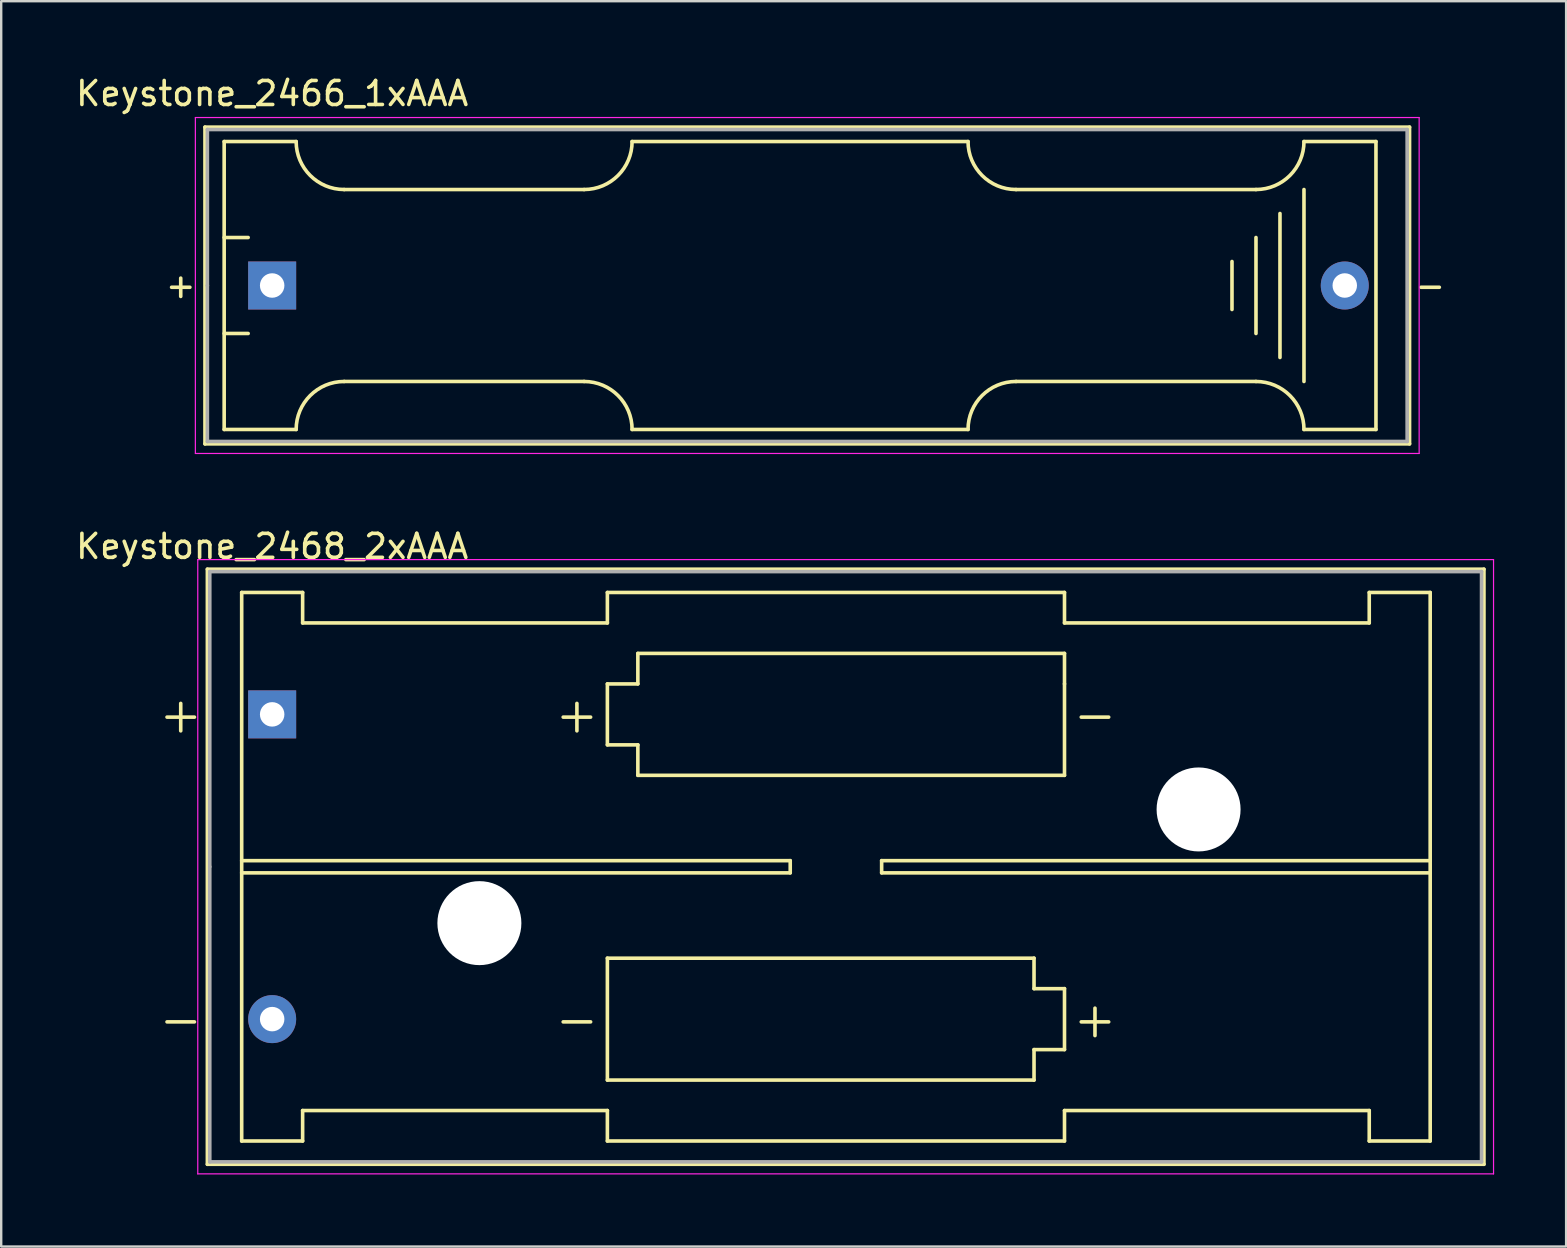
<source format=kicad_pcb>
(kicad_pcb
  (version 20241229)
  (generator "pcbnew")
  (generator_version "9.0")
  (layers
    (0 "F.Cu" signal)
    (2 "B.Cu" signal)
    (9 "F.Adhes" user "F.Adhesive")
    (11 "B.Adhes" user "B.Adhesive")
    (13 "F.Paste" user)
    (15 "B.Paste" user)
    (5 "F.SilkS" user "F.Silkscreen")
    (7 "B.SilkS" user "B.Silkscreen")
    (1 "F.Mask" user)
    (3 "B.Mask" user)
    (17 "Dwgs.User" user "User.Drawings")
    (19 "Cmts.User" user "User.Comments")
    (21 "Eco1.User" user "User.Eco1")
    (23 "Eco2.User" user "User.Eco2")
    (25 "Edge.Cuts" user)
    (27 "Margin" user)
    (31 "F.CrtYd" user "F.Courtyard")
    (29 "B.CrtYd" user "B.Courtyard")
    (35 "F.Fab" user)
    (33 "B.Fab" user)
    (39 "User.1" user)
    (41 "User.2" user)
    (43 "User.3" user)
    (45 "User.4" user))
  (footprint "Keystone_2468_2xAAA"
    (layer "F.Cu")
    (at 8.292 26.721)
    (property "Reference" "Keystone_2468_2xAAA" (at 0 -7 180) (layer "F.SilkS") (effects (font (size 1 1) (thickness 0.15))))
    (attr through_hole)
    (fp_line (start -2.7 -6.05) (end -2.7 18.75) (stroke (width 0.15) (type solid)) (layer "F.SilkS"))
    (fp_line (start -2.7 18.75) (end 50.5 18.75) (stroke (width 0.15) (type solid)) (layer "F.SilkS"))
    (fp_line (start -1.27 -5.08) (end -1.27 17.78) (stroke (width 0.15) (type solid)) (layer "F.SilkS"))
    (fp_line (start -1.27 6.096) (end 21.59 6.096) (stroke (width 0.15) (type solid)) (layer "F.SilkS"))
    (fp_line (start -1.27 17.78) (end 1.27 17.78) (stroke (width 0.15) (type solid)) (layer "F.SilkS"))
    (fp_line (start 1.27 -5.08) (end -1.27 -5.08) (stroke (width 0.15) (type solid)) (layer "F.SilkS"))
    (fp_line (start 1.27 -3.81) (end 1.27 -5.08) (stroke (width 0.15) (type solid)) (layer "F.SilkS"))
    (fp_line (start 1.27 -3.81) (end 13.97 -3.81) (stroke (width 0.15) (type solid)) (layer "F.SilkS"))
    (fp_line (start 1.27 16.51) (end 13.97 16.51) (stroke (width 0.15) (type solid)) (layer "F.SilkS"))
    (fp_line (start 1.27 17.78) (end 1.27 16.51) (stroke (width 0.15) (type solid)) (layer "F.SilkS"))
    (fp_line (start 13.97 -5.08) (end 13.97 -3.81) (stroke (width 0.15) (type solid)) (layer "F.SilkS"))
    (fp_line (start 13.97 -1.27) (end 15.24 -1.27) (stroke (width 0.15) (type solid)) (layer "F.SilkS"))
    (fp_line (start 13.97 1.27) (end 13.97 -1.27) (stroke (width 0.15) (type solid)) (layer "F.SilkS"))
    (fp_line (start 13.97 10.16) (end 31.75 10.16) (stroke (width 0.15) (type solid)) (layer "F.SilkS"))
    (fp_line (start 13.97 15.24) (end 13.97 10.16) (stroke (width 0.15) (type solid)) (layer "F.SilkS"))
    (fp_line (start 13.97 16.51) (end 13.97 17.78) (stroke (width 0.15) (type solid)) (layer "F.SilkS"))
    (fp_line (start 13.97 17.78) (end 33.02 17.78) (stroke (width 0.15) (type solid)) (layer "F.SilkS"))
    (fp_line (start 15.24 -2.54) (end 33.02 -2.54) (stroke (width 0.15) (type solid)) (layer "F.SilkS"))
    (fp_line (start 15.24 -1.27) (end 15.24 -2.54) (stroke (width 0.15) (type solid)) (layer "F.SilkS"))
    (fp_line (start 15.24 1.27) (end 13.97 1.27) (stroke (width 0.15) (type solid)) (layer "F.SilkS"))
    (fp_line (start 15.24 2.54) (end 15.24 1.27) (stroke (width 0.15) (type solid)) (layer "F.SilkS"))
    (fp_line (start 21.59 6.096) (end 21.59 6.604) (stroke (width 0.15) (type solid)) (layer "F.SilkS"))
    (fp_line (start 21.59 6.604) (end -1.27 6.604) (stroke (width 0.15) (type solid)) (layer "F.SilkS"))
    (fp_line (start 25.4 6.096) (end 25.4 6.604) (stroke (width 0.15) (type solid)) (layer "F.SilkS"))
    (fp_line (start 25.4 6.604) (end 48.26 6.604) (stroke (width 0.15) (type solid)) (layer "F.SilkS"))
    (fp_line (start 31.75 10.16) (end 31.75 11.43) (stroke (width 0.15) (type solid)) (layer "F.SilkS"))
    (fp_line (start 31.75 11.43) (end 33.02 11.43) (stroke (width 0.15) (type solid)) (layer "F.SilkS"))
    (fp_line (start 31.75 13.97) (end 31.75 15.24) (stroke (width 0.15) (type solid)) (layer "F.SilkS"))
    (fp_line (start 31.75 15.24) (end 13.97 15.24) (stroke (width 0.15) (type solid)) (layer "F.SilkS"))
    (fp_line (start 33.02 -5.08) (end 13.97 -5.08) (stroke (width 0.15) (type solid)) (layer "F.SilkS"))
    (fp_line (start 33.02 -3.81) (end 33.02 -5.08) (stroke (width 0.15) (type solid)) (layer "F.SilkS"))
    (fp_line (start 33.02 -2.54) (end 33.02 -1.27) (stroke (width 0.15) (type solid)) (layer "F.SilkS"))
    (fp_line (start 33.02 -1.27) (end 33.02 2.54) (stroke (width 0.15) (type solid)) (layer "F.SilkS"))
    (fp_line (start 33.02 2.54) (end 15.24 2.54) (stroke (width 0.15) (type solid)) (layer "F.SilkS"))
    (fp_line (start 33.02 11.43) (end 33.02 13.97) (stroke (width 0.15) (type solid)) (layer "F.SilkS"))
    (fp_line (start 33.02 13.97) (end 31.75 13.97) (stroke (width 0.15) (type solid)) (layer "F.SilkS"))
    (fp_line (start 33.02 17.78) (end 33.02 16.51) (stroke (width 0.15) (type solid)) (layer "F.SilkS"))
    (fp_line (start 45.72 -5.08) (end 45.72 -3.81) (stroke (width 0.15) (type solid)) (layer "F.SilkS"))
    (fp_line (start 45.72 -3.81) (end 33.02 -3.81) (stroke (width 0.15) (type solid)) (layer "F.SilkS"))
    (fp_line (start 45.72 16.51) (end 33.02 16.51) (stroke (width 0.15) (type solid)) (layer "F.SilkS"))
    (fp_line (start 45.72 17.78) (end 45.72 16.51) (stroke (width 0.15) (type solid)) (layer "F.SilkS"))
    (fp_line (start 48.26 -5.08) (end 45.72 -5.08) (stroke (width 0.15) (type solid)) (layer "F.SilkS"))
    (fp_line (start 48.26 -5.08) (end 48.26 17.78) (stroke (width 0.15) (type solid)) (layer "F.SilkS"))
    (fp_line (start 48.26 6.096) (end 25.4 6.096) (stroke (width 0.15) (type solid)) (layer "F.SilkS"))
    (fp_line (start 48.26 17.78) (end 45.72 17.78) (stroke (width 0.15) (type solid)) (layer "F.SilkS"))
    (fp_line (start 50.5 -6.05) (end -2.7 -6.05) (stroke (width 0.15) (type solid)) (layer "F.SilkS"))
    (fp_line (start 50.5 18.75) (end 50.5 -6.05) (stroke (width 0.15) (type solid)) (layer "F.SilkS"))
    (fp_line (start -3.1 -6.45) (end -3.1 19.15) (stroke (width 0.05) (type solid)) (layer "F.CrtYd"))
    (fp_line (start -3.1 19.15) (end 50.9 19.15) (stroke (width 0.05) (type solid)) (layer "F.CrtYd"))
    (fp_line (start 50.9 -6.45) (end -3.1 -6.45) (stroke (width 0.05) (type solid)) (layer "F.CrtYd"))
    (fp_line (start 50.9 19.15) (end 50.9 -6.45) (stroke (width 0.05) (type solid)) (layer "F.CrtYd"))
    (fp_line (start -2.6 -5.95) (end 50.4 -5.95) (stroke (width 0.15) (type solid)) (layer "F.Fab"))
    (fp_line (start -2.6 6.35) (end -2.6 -5.95) (stroke (width 0.15) (type solid)) (layer "F.Fab"))
    (fp_line (start -2.6 18.65) (end -2.6 6.35) (stroke (width 0.15) (type solid)) (layer "F.Fab"))
    (fp_line (start -2.6 18.65) (end 50.4 18.65) (stroke (width 0.15) (type solid)) (layer "F.Fab"))
    (fp_line (start 50.4 18.65) (end 50.4 -5.95) (stroke (width 0.15) (type solid)) (layer "F.Fab"))
    (fp_text user "+" (at -3.81 0 0) (layer "F.SilkS") (effects (font (size 1.5 1.5) (thickness 0.15))))
    (fp_text user "+" (at 12.7 0 0) (layer "F.SilkS") (effects (font (size 1.5 1.5) (thickness 0.15))))
    (fp_text user "-" (at 34.29 0 0) (layer "F.SilkS") (effects (font (size 1.5 1.5) (thickness 0.15))))
    (fp_text user "-" (at -3.81 12.7 0) (layer "F.SilkS") (effects (font (size 1.5 1.5) (thickness 0.15))))
    (fp_text user "+" (at 34.29 12.7 0) (layer "F.SilkS") (effects (font (size 1.5 1.5) (thickness 0.15))))
    (fp_text user "-" (at 12.7 12.7 0) (layer "F.SilkS") (effects (font (size 1.5 1.5) (thickness 0.15))))
    (pad "" np_thru_hole circle (at 8.636 8.7) (size 3.5 3.5) (drill 3.5) (layers "*.Cu" "*.Mask"))
    (pad "" np_thru_hole circle (at 38.608 3.962) (size 3.5 3.5) (drill 3.5) (layers "*.Cu" "*.Mask"))
    (pad "1" thru_hole rect (at 0 0) (size 2 2) (drill 1.02) (layers "*.Cu" "*.Mask"))
    (pad "2" thru_hole circle (at 0 12.7) (size 2 2) (drill 1.02) (layers "*.Cu" "*.Mask")))
  (footprint "Keystone_2466_1xAAA"
    (layer "F.Cu")
    (at 8.292 8.848)
    (property "Reference" "Keystone_2466_1xAAA" (at 0 -8 180) (layer "F.SilkS") (effects (font (size 1 1) (thickness 0.15))))
    (attr through_hole)
    (fp_line (start -2.8 -6.6) (end -2.8 6.6) (stroke (width 0.15) (type solid)) (layer "F.SilkS"))
    (fp_line (start -2.8 6.6) (end 47.4 6.6) (stroke (width 0.15) (type solid)) (layer "F.SilkS"))
    (fp_line (start -2 -6) (end -2 6) (stroke (width 0.15) (type solid)) (layer "F.SilkS"))
    (fp_line (start -2 -6) (end 1 -6) (stroke (width 0.15) (type solid)) (layer "F.SilkS"))
    (fp_line (start -2 -2) (end -1 -2) (stroke (width 0.15) (type solid)) (layer "F.SilkS"))
    (fp_line (start -2 6) (end 1 6) (stroke (width 0.15) (type solid)) (layer "F.SilkS"))
    (fp_line (start -1 2) (end -2 2) (stroke (width 0.15) (type solid)) (layer "F.SilkS"))
    (fp_line (start 3 -4) (end 13 -4) (stroke (width 0.15) (type solid)) (layer "F.SilkS"))
    (fp_line (start 3 4) (end 13 4) (stroke (width 0.15) (type solid)) (layer "F.SilkS"))
    (fp_line (start 15 6) (end 29 6) (stroke (width 0.15) (type solid)) (layer "F.SilkS"))
    (fp_line (start 29 -6) (end 15 -6) (stroke (width 0.15) (type solid)) (layer "F.SilkS"))
    (fp_line (start 40 -1) (end 40 1) (stroke (width 0.15) (type solid)) (layer "F.SilkS"))
    (fp_line (start 41 -4) (end 31 -4) (stroke (width 0.15) (type solid)) (layer "F.SilkS"))
    (fp_line (start 41 -2) (end 41 2) (stroke (width 0.15) (type solid)) (layer "F.SilkS"))
    (fp_line (start 41 4) (end 31 4) (stroke (width 0.15) (type solid)) (layer "F.SilkS"))
    (fp_line (start 42 3) (end 42 -3) (stroke (width 0.15) (type solid)) (layer "F.SilkS"))
    (fp_line (start 43 -4) (end 43 4) (stroke (width 0.15) (type solid)) (layer "F.SilkS"))
    (fp_line (start 46 -6) (end 43 -6) (stroke (width 0.15) (type solid)) (layer "F.SilkS"))
    (fp_line (start 46 -6) (end 46 6) (stroke (width 0.15) (type solid)) (layer "F.SilkS"))
    (fp_line (start 46 6) (end 43 6) (stroke (width 0.15) (type solid)) (layer "F.SilkS"))
    (fp_line (start 47.4 -6.6) (end -2.8 -6.6) (stroke (width 0.15) (type solid)) (layer "F.SilkS"))
    (fp_line (start 47.4 6.6) (end 47.4 -6.6) (stroke (width 0.15) (type solid)) (layer "F.SilkS"))
    (fp_arc (start 1 6) (mid 1.585786 4.585786) (end 3 4) (stroke (width 0.15) (type solid)) (layer "F.SilkS"))
    (fp_arc (start 3 -4) (mid 1.585786 -4.585786) (end 1 -6) (stroke (width 0.15) (type solid)) (layer "F.SilkS"))
    (fp_arc (start 13 4) (mid 14.414214 4.585786) (end 15 6) (stroke (width 0.15) (type solid)) (layer "F.SilkS"))
    (fp_arc (start 15 -6) (mid 14.414214 -4.585786) (end 13 -4) (stroke (width 0.15) (type solid)) (layer "F.SilkS"))
    (fp_arc (start 29 6) (mid 29.585786 4.585786) (end 31 4) (stroke (width 0.15) (type solid)) (layer "F.SilkS"))
    (fp_arc (start 31 -4) (mid 29.585786 -4.585786) (end 29 -6) (stroke (width 0.15) (type solid)) (layer "F.SilkS"))
    (fp_arc (start 41 4) (mid 42.414214 4.585786) (end 43 6) (stroke (width 0.15) (type solid)) (layer "F.SilkS"))
    (fp_arc (start 43 -6) (mid 42.414214 -4.585786) (end 41 -4) (stroke (width 0.15) (type solid)) (layer "F.SilkS"))
    (fp_line (start -3.2 -7) (end -3.2 7) (stroke (width 0.05) (type solid)) (layer "F.CrtYd"))
    (fp_line (start -3.2 7) (end 47.8 7) (stroke (width 0.05) (type solid)) (layer "F.CrtYd"))
    (fp_line (start 47.8 -7) (end -3.2 -7) (stroke (width 0.05) (type solid)) (layer "F.CrtYd"))
    (fp_line (start 47.8 7) (end 47.8 -7) (stroke (width 0.05) (type solid)) (layer "F.CrtYd"))
    (fp_line (start -2.7 -6.5) (end 47.3 -6.5) (stroke (width 0.15) (type solid)) (layer "F.Fab"))
    (fp_line (start -2.7 0) (end -2.7 -6.5) (stroke (width 0.15) (type solid)) (layer "F.Fab"))
    (fp_line (start -2.7 6.5) (end -2.7 0) (stroke (width 0.15) (type solid)) (layer "F.Fab"))
    (fp_line (start 47.3 -6.5) (end 47.3 6.5) (stroke (width 0.15) (type solid)) (layer "F.Fab"))
    (fp_line (start 47.3 6.5) (end -2.7 6.5) (stroke (width 0.15) (type solid)) (layer "F.Fab"))
    (fp_text user "-" (at 48.26 0 0) (layer "F.SilkS") (effects (font (size 1 1) (thickness 0.15))))
    (fp_text user "+" (at -3.81 0 0) (layer "F.SilkS") (effects (font (size 1 1) (thickness 0.15))))
    (pad "1" thru_hole rect (at 0 0) (size 2 2) (drill 1.02) (layers "*.Cu" "*.Mask"))
    (pad "2" thru_hole circle (at 44.7 0) (size 2 2) (drill 1.02) (layers "*.Cu" "*.Mask")))
  (gr_rect
    (start -3 -3)
    (end 62.217 48.897)
    (stroke (width 0.1) (type default))
    (fill no)
    (layer "Edge.Cuts")))
</source>
